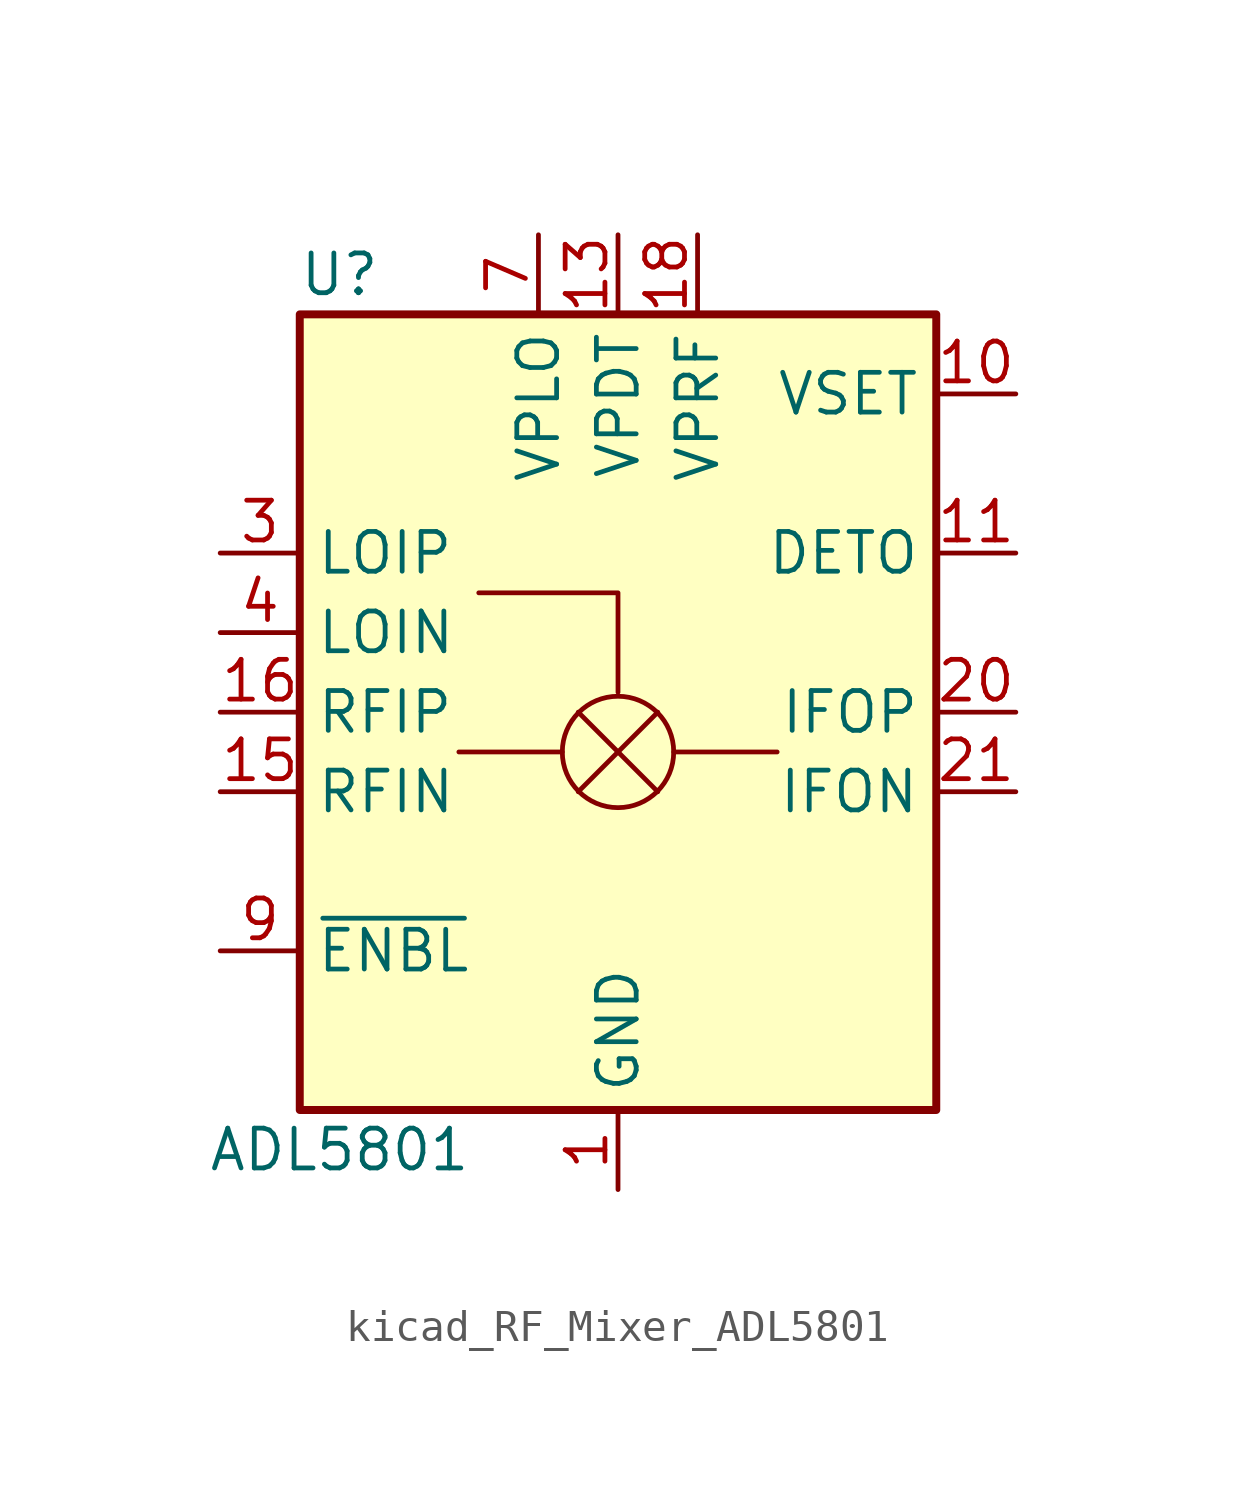
<source format=kicad_sym>
(kicad_symbol_lib
  (version 20220914)
  (generator kicad_symbol_editor)
  (symbol "kicad_RF_Mixer_ADL5801"
    (property "Reference" "U"
      (at -8.89 13.97 0)
      (effects (font (size 1.27 1.27))))
    (property "Value" "ADL5801"
      (at -8.89 -13.97 0)
      (effects (font (size 1.27 1.27))))
    (symbol "kicad_RF_Mixer_ADL5801_0_1"
      (rectangle (start -10.16 12.7) (end 10.16 -12.7) (stroke (width 0.254) (type default)) (fill (type background)))
      (polyline (pts (xy -4.445 3.81) (xy 0 3.81) (xy 0 0.635)) (stroke (width 0) (type default)) (fill (type none))))
    (symbol "kicad_RF_Mixer_ADL5801_1_1"
      (circle (center 0 -1.27) (radius 1.778) (stroke (width 0) (type default)) (fill (type none)))
      (polyline (pts (xy -1.778 -1.27) (xy -5.08 -1.27)) (stroke (width 0) (type default)) (fill (type none)))
      (polyline (pts (xy -1.27 -2.54) (xy 1.27 0)) (stroke (width 0) (type default)) (fill (type none)))
      (polyline (pts (xy -1.27 0) (xy 1.27 -2.54)) (stroke (width 0) (type default)) (fill (type none)))
      (polyline (pts (xy 1.778 -1.27) (xy 5.08 -1.27)) (stroke (width 0) (type default)) (fill (type none)))
      (pin power_in line (at 0 -15.24 90) (length 2.54) (name "GND" (effects (font (size 1.27 1.27)))) (number "1" (effects (font (size 1.27 1.27)))))
      (pin input line (at 12.7 10.16 180) (length 2.54) (name "VSET" (effects (font (size 1.27 1.27)))) (number "10" (effects (font (size 1.27 1.27)))))
      (pin output line (at 12.7 5.08 180) (length 2.54) (name "DETO" (effects (font (size 1.27 1.27)))) (number "11" (effects (font (size 1.27 1.27)))))
      (pin passive line (at 0 -15.24 90) (length 2.54) hide (name "GND" (effects (font (size 1.27 1.27)))) (number "12" (effects (font (size 1.27 1.27)))))
      (pin power_in line (at 0 15.24 270) (length 2.54) (name "VPDT" (effects (font (size 1.27 1.27)))) (number "13" (effects (font (size 1.27 1.27)))))
      (pin passive line (at 0 -15.24 90) (length 2.54) hide (name "GND" (effects (font (size 1.27 1.27)))) (number "14" (effects (font (size 1.27 1.27)))))
      (pin input line (at -12.7 -2.54 0) (length 2.54) (name "RFIN" (effects (font (size 1.27 1.27)))) (number "15" (effects (font (size 1.27 1.27)))))
      (pin input line (at -12.7 0 0) (length 2.54) (name "RFIP" (effects (font (size 1.27 1.27)))) (number "16" (effects (font (size 1.27 1.27)))))
      (pin passive line (at 0 -15.24 90) (length 2.54) hide (name "GND" (effects (font (size 1.27 1.27)))) (number "17" (effects (font (size 1.27 1.27)))))
      (pin power_in line (at 2.54 15.24 270) (length 2.54) (name "VPRF" (effects (font (size 1.27 1.27)))) (number "18" (effects (font (size 1.27 1.27)))))
      (pin passive line (at 0 -15.24 90) (length 2.54) hide (name "GND" (effects (font (size 1.27 1.27)))) (number "19" (effects (font (size 1.27 1.27)))))
      (pin passive line (at 0 -15.24 90) (length 2.54) hide (name "GND" (effects (font (size 1.27 1.27)))) (number "2" (effects (font (size 1.27 1.27)))))
      (pin output line (at 12.7 0 180) (length 2.54) (name "IFOP" (effects (font (size 1.27 1.27)))) (number "20" (effects (font (size 1.27 1.27)))))
      (pin output line (at 12.7 -2.54 180) (length 2.54) (name "IFON" (effects (font (size 1.27 1.27)))) (number "21" (effects (font (size 1.27 1.27)))))
      (pin no_connect line (at 10.16 -7.62 180) (length 2.54) hide (name "NC" (effects (font (size 1.27 1.27)))) (number "22" (effects (font (size 1.27 1.27)))))
      (pin passive line (at 0 -15.24 90) (length 2.54) hide (name "GND" (effects (font (size 1.27 1.27)))) (number "23" (effects (font (size 1.27 1.27)))))
      (pin passive line (at -2.54 15.24 270) (length 2.54) hide (name "VPLO" (effects (font (size 1.27 1.27)))) (number "24" (effects (font (size 1.27 1.27)))))
      (pin passive line (at 0 -15.24 90) (length 2.54) hide (name "GND" (effects (font (size 1.27 1.27)))) (number "25" (effects (font (size 1.27 1.27)))))
      (pin input line (at -12.7 5.08 0) (length 2.54) (name "LOIP" (effects (font (size 1.27 1.27)))) (number "3" (effects (font (size 1.27 1.27)))))
      (pin input line (at -12.7 2.54 0) (length 2.54) (name "LOIN" (effects (font (size 1.27 1.27)))) (number "4" (effects (font (size 1.27 1.27)))))
      (pin passive line (at 0 -15.24 90) (length 2.54) hide (name "GND" (effects (font (size 1.27 1.27)))) (number "5" (effects (font (size 1.27 1.27)))))
      (pin passive line (at 0 -15.24 90) (length 2.54) hide (name "GND" (effects (font (size 1.27 1.27)))) (number "6" (effects (font (size 1.27 1.27)))))
      (pin power_in line (at -2.54 15.24 270) (length 2.54) (name "VPLO" (effects (font (size 1.27 1.27)))) (number "7" (effects (font (size 1.27 1.27)))))
      (pin passive line (at 0 -15.24 90) (length 2.54) hide (name "GND" (effects (font (size 1.27 1.27)))) (number "8" (effects (font (size 1.27 1.27)))))
      (pin input line (at -12.7 -7.62 0) (length 2.54) (name "~{ENBL}" (effects (font (size 1.27 1.27)))) (number "9" (effects (font (size 1.27 1.27))))))))
</source>
